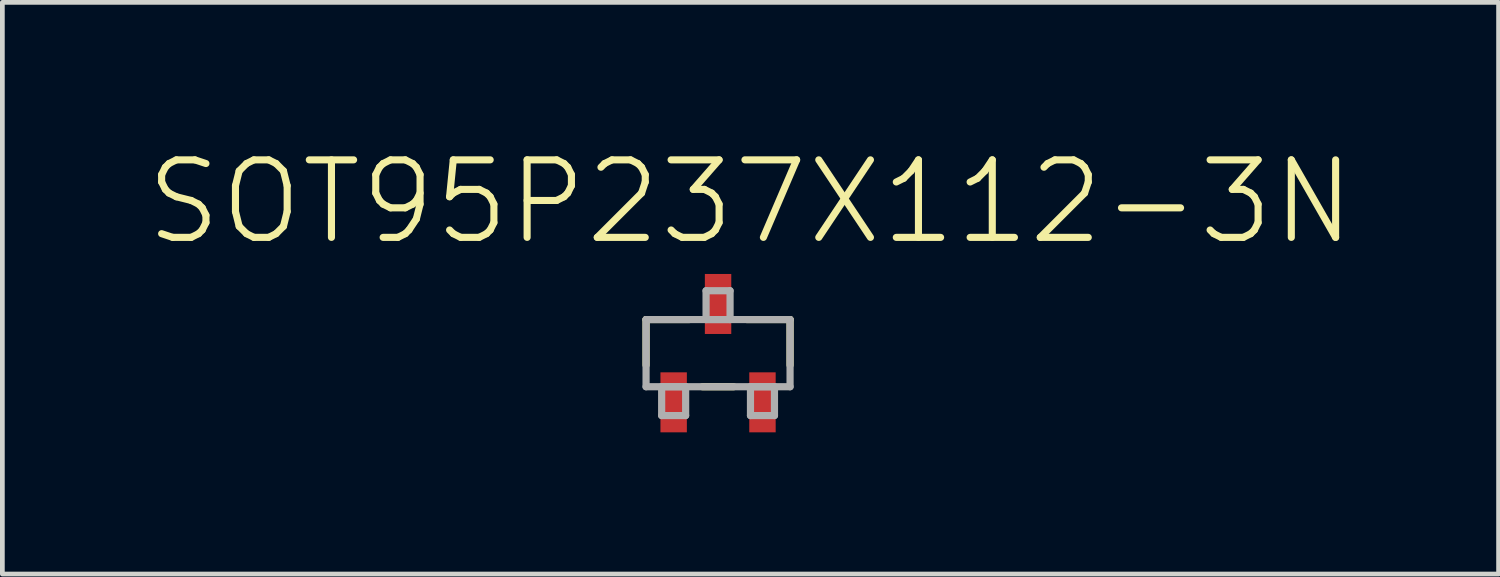
<source format=kicad_pcb>
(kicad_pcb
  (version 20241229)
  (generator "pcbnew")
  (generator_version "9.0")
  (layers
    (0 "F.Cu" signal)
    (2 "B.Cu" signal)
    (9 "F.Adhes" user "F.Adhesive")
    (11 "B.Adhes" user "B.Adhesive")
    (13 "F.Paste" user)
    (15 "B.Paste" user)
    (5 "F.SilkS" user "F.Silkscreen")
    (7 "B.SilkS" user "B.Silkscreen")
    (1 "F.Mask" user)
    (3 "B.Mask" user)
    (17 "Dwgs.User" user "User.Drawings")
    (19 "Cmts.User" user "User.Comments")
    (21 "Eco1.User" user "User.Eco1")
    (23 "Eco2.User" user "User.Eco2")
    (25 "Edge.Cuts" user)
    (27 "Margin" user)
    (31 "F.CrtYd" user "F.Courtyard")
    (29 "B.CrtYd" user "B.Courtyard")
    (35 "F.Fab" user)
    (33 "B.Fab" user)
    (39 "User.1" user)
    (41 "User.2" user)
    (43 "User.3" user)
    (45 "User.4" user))
  (footprint "SOT95P237X112-3N"
    (layer "F.Cu")
    (at 12.149 4.425)
    (property "Reference" "SOT95P237X112-3N" (at 0.686 -3.202 0) (layer "F.SilkS") (effects (font (size 1.641 1.641) (thickness 0.15))))
    (attr smd)
    (fp_line (start -1.524 -0.711) (end -1.524 0.254) (stroke (width 0.152) (type solid)) (layer "F.SilkS"))
    (fp_line (start -0.61 -0.711) (end -1.524 -0.711) (stroke (width 0.152) (type solid)) (layer "F.SilkS"))
    (fp_line (start -0.33 0.711) (end 0.33 0.711) (stroke (width 0.152) (type solid)) (layer "F.SilkS"))
    (fp_line (start 1.524 -0.711) (end 0.61 -0.711) (stroke (width 0.152) (type solid)) (layer "F.SilkS"))
    (fp_line (start 1.524 0.254) (end 1.524 -0.711) (stroke (width 0.152) (type solid)) (layer "F.SilkS"))
    (fp_line (start -1.524 -0.711) (end -1.524 0.711) (stroke (width 0.152) (type solid)) (layer "F.Fab"))
    (fp_line (start -1.524 0.711) (end 1.524 0.711) (stroke (width 0.152) (type solid)) (layer "F.Fab"))
    (fp_line (start -1.194 0.711) (end -1.194 1.321) (stroke (width 0.152) (type solid)) (layer "F.Fab"))
    (fp_line (start -1.194 1.321) (end -0.686 1.321) (stroke (width 0.152) (type solid)) (layer "F.Fab"))
    (fp_line (start -0.686 0.711) (end -1.194 0.711) (stroke (width 0.152) (type solid)) (layer "F.Fab"))
    (fp_line (start -0.686 1.321) (end -0.686 0.711) (stroke (width 0.152) (type solid)) (layer "F.Fab"))
    (fp_line (start -0.254 -1.321) (end -0.254 -0.711) (stroke (width 0.152) (type solid)) (layer "F.Fab"))
    (fp_line (start -0.254 -0.711) (end 0.254 -0.711) (stroke (width 0.152) (type solid)) (layer "F.Fab"))
    (fp_line (start 0.254 -1.321) (end -0.254 -1.321) (stroke (width 0.152) (type solid)) (layer "F.Fab"))
    (fp_line (start 0.254 -0.711) (end 0.254 -1.321) (stroke (width 0.152) (type solid)) (layer "F.Fab"))
    (fp_line (start 0.686 0.711) (end 0.686 1.321) (stroke (width 0.152) (type solid)) (layer "F.Fab"))
    (fp_line (start 0.686 1.321) (end 1.194 1.321) (stroke (width 0.152) (type solid)) (layer "F.Fab"))
    (fp_line (start 1.194 0.711) (end 0.686 0.711) (stroke (width 0.152) (type solid)) (layer "F.Fab"))
    (fp_line (start 1.194 1.321) (end 1.194 0.711) (stroke (width 0.152) (type solid)) (layer "F.Fab"))
    (fp_line (start 1.524 -0.711) (end -1.524 -0.711) (stroke (width 0.152) (type solid)) (layer "F.Fab"))
    (fp_line (start 1.524 0.711) (end 1.524 -0.711) (stroke (width 0.152) (type solid)) (layer "F.Fab"))
    (pad "1" smd rect (at -0.94 1.041) (size 0.559 1.27) (layers "F.Cu" "F.Mask" "F.Paste"))
    (pad "2" smd rect (at 0.94 1.041) (size 0.559 1.27) (layers "F.Cu" "F.Mask" "F.Paste"))
    (pad "3" smd rect (at 0 -1.041) (size 0.559 1.27) (layers "F.Cu" "F.Mask" "F.Paste")))
  (gr_rect
    (start -3 -3)
    (end 28.67 9.101)
    (stroke (width 0.1) (type default))
    (fill no)
    (layer "Edge.Cuts")))
</source>
